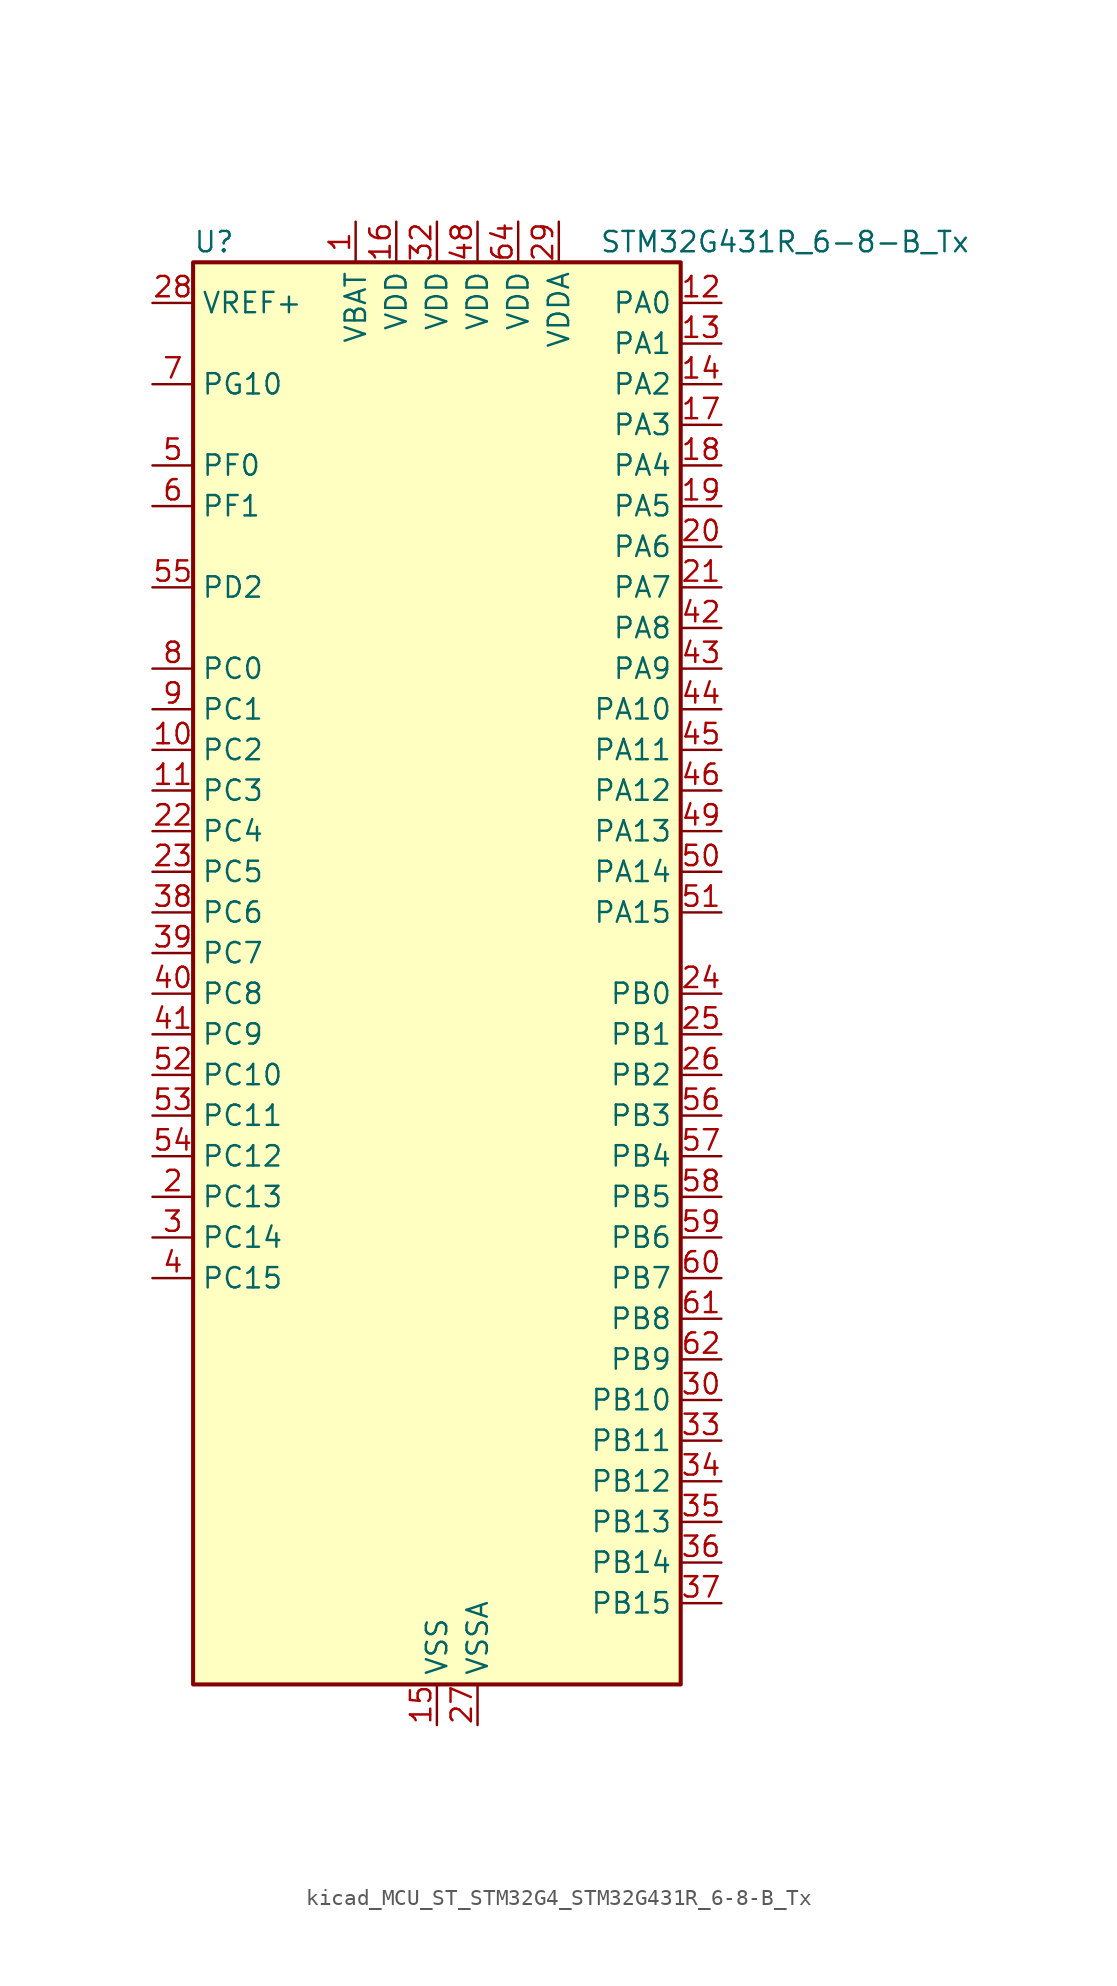
<source format=kicad_sym>
(kicad_symbol_lib
  (version 20220914)
  (generator kicad_symbol_editor)
  (symbol "kicad_MCU_ST_STM32G4_STM32G431R_6-8-B_Tx"
    (property "Reference" "U"
      (at -15.24 46.99 0)
      (effects (font (size 1.27 1.27)) (justify left)))
    (property "Value" "STM32G431R_6-8-B_Tx"
      (at 10.16 46.99 0)
      (effects (font (size 1.27 1.27)) (justify left)))
    (property "ki_locked" ""
      (at 0 0 0)
      (effects (font (size 1.27 1.27))))
    (symbol "kicad_MCU_ST_STM32G4_STM32G431R_6-8-B_Tx_0_1"
      (rectangle (start -15.24 -43.18) (end 15.24 45.72) (stroke (width 0.254) (type default)) (fill (type background))))
    (symbol "kicad_MCU_ST_STM32G4_STM32G431R_6-8-B_Tx_1_1"
      (pin power_in line (at -5.08 48.26 270) (length 2.54) (name "VBAT" (effects (font (size 1.27 1.27)))) (number "1" (effects (font (size 1.27 1.27)))))
      (pin bidirectional line (at -17.78 15.24 0) (length 2.54) (name "PC2" (effects (font (size 1.27 1.27)))) (number "10" (effects (font (size 1.27 1.27)))) (alternate "ADC1_IN8" bidirectional line) (alternate "ADC2_IN8" bidirectional line) (alternate "COMP3_OUT" bidirectional line) (alternate "LPTIM1_IN2" bidirectional line) (alternate "TIM1_CH3" bidirectional line))
      (pin bidirectional line (at -17.78 12.7 0) (length 2.54) (name "PC3" (effects (font (size 1.27 1.27)))) (number "11" (effects (font (size 1.27 1.27)))) (alternate "ADC1_IN9" bidirectional line) (alternate "ADC2_IN9" bidirectional line) (alternate "LPTIM1_ETR" bidirectional line) (alternate "SAI1_D1" bidirectional line) (alternate "SAI1_SD_A" bidirectional line) (alternate "TIM1_BKIN2" bidirectional line) (alternate "TIM1_CH4" bidirectional line))
      (pin bidirectional line (at 17.78 43.18 180) (length 2.54) (name "PA0" (effects (font (size 1.27 1.27)))) (number "12" (effects (font (size 1.27 1.27)))) (alternate "ADC1_IN1" bidirectional line) (alternate "ADC2_IN1" bidirectional line) (alternate "COMP1_INM" bidirectional line) (alternate "COMP1_OUT" bidirectional line) (alternate "COMP3_INP" bidirectional line) (alternate "RTC_TAMP2" bidirectional line) (alternate "SYS_WKUP1" bidirectional line) (alternate "TIM2_CH1" bidirectional line) (alternate "TIM2_ETR" bidirectional line) (alternate "TIM8_BKIN" bidirectional line) (alternate "TIM8_ETR" bidirectional line) (alternate "USART2_CTS" bidirectional line) (alternate "USART2_NSS" bidirectional line))
      (pin bidirectional line (at 17.78 40.64 180) (length 2.54) (name "PA1" (effects (font (size 1.27 1.27)))) (number "13" (effects (font (size 1.27 1.27)))) (alternate "ADC1_IN2" bidirectional line) (alternate "ADC2_IN2" bidirectional line) (alternate "COMP1_INP" bidirectional line) (alternate "OPAMP1_VINP" bidirectional line) (alternate "OPAMP1_VINP_SEC" bidirectional line) (alternate "OPAMP3_VINP" bidirectional line) (alternate "OPAMP3_VINP_SEC" bidirectional line) (alternate "RTC_REFIN" bidirectional line) (alternate "TIM15_CH1N" bidirectional line) (alternate "TIM2_CH2" bidirectional line) (alternate "USART2_DE" bidirectional line) (alternate "USART2_RTS" bidirectional line))
      (pin bidirectional line (at 17.78 38.1 180) (length 2.54) (name "PA2" (effects (font (size 1.27 1.27)))) (number "14" (effects (font (size 1.27 1.27)))) (alternate "ADC1_IN3" bidirectional line) (alternate "COMP2_INM" bidirectional line) (alternate "COMP2_OUT" bidirectional line) (alternate "LPUART1_TX" bidirectional line) (alternate "OPAMP1_VOUT" bidirectional line) (alternate "RCC_LSCO" bidirectional line) (alternate "SYS_WKUP4" bidirectional line) (alternate "TIM15_CH1" bidirectional line) (alternate "TIM2_CH3" bidirectional line) (alternate "UCPD1_FRSTX1" bidirectional line) (alternate "UCPD1_FRSTX2" bidirectional line) (alternate "USART2_TX" bidirectional line))
      (pin power_in line (at 0 -45.72 90) (length 2.54) (name "VSS" (effects (font (size 1.27 1.27)))) (number "15" (effects (font (size 1.27 1.27)))))
      (pin power_in line (at -2.54 48.26 270) (length 2.54) (name "VDD" (effects (font (size 1.27 1.27)))) (number "16" (effects (font (size 1.27 1.27)))))
      (pin bidirectional line (at 17.78 35.56 180) (length 2.54) (name "PA3" (effects (font (size 1.27 1.27)))) (number "17" (effects (font (size 1.27 1.27)))) (alternate "ADC1_IN4" bidirectional line) (alternate "COMP2_INP" bidirectional line) (alternate "LPUART1_RX" bidirectional line) (alternate "OPAMP1_VINM" bidirectional line) (alternate "OPAMP1_VINM0" bidirectional line) (alternate "OPAMP1_VINM_SEC" bidirectional line) (alternate "OPAMP1_VINP" bidirectional line) (alternate "OPAMP1_VINP_SEC" bidirectional line) (alternate "SAI1_CK1" bidirectional line) (alternate "SAI1_MCLK_A" bidirectional line) (alternate "TIM15_CH2" bidirectional line) (alternate "TIM2_CH4" bidirectional line) (alternate "USART2_RX" bidirectional line))
      (pin bidirectional line (at 17.78 33.02 180) (length 2.54) (name "PA4" (effects (font (size 1.27 1.27)))) (number "18" (effects (font (size 1.27 1.27)))) (alternate "ADC2_IN17" bidirectional line) (alternate "COMP1_INM" bidirectional line) (alternate "DAC1_OUT1" bidirectional line) (alternate "I2S3_WS" bidirectional line) (alternate "SAI1_FS_B" bidirectional line) (alternate "SPI1_NSS" bidirectional line) (alternate "SPI3_NSS" bidirectional line) (alternate "TIM3_CH2" bidirectional line) (alternate "USART2_CK" bidirectional line))
      (pin bidirectional line (at 17.78 30.48 180) (length 2.54) (name "PA5" (effects (font (size 1.27 1.27)))) (number "19" (effects (font (size 1.27 1.27)))) (alternate "ADC2_IN13" bidirectional line) (alternate "COMP2_INM" bidirectional line) (alternate "DAC1_OUT2" bidirectional line) (alternate "OPAMP2_VINM" bidirectional line) (alternate "OPAMP2_VINM0" bidirectional line) (alternate "OPAMP2_VINM_SEC" bidirectional line) (alternate "SPI1_SCK" bidirectional line) (alternate "TIM2_CH1" bidirectional line) (alternate "TIM2_ETR" bidirectional line) (alternate "UCPD1_FRSTX1" bidirectional line) (alternate "UCPD1_FRSTX2" bidirectional line))
      (pin bidirectional line (at -17.78 -12.7 0) (length 2.54) (name "PC13" (effects (font (size 1.27 1.27)))) (number "2" (effects (font (size 1.27 1.27)))) (alternate "RTC_OUT1" bidirectional line) (alternate "RTC_TAMP1" bidirectional line) (alternate "RTC_TS" bidirectional line) (alternate "SYS_WKUP2" bidirectional line) (alternate "TIM1_BKIN" bidirectional line) (alternate "TIM1_CH1N" bidirectional line) (alternate "TIM8_CH4N" bidirectional line))
      (pin bidirectional line (at 17.78 27.94 180) (length 2.54) (name "PA6" (effects (font (size 1.27 1.27)))) (number "20" (effects (font (size 1.27 1.27)))) (alternate "ADC2_IN3" bidirectional line) (alternate "COMP1_OUT" bidirectional line) (alternate "LPUART1_CTS" bidirectional line) (alternate "OPAMP2_VOUT" bidirectional line) (alternate "SPI1_MISO" bidirectional line) (alternate "TIM16_CH1" bidirectional line) (alternate "TIM1_BKIN" bidirectional line) (alternate "TIM3_CH1" bidirectional line) (alternate "TIM8_BKIN" bidirectional line))
      (pin bidirectional line (at 17.78 25.4 180) (length 2.54) (name "PA7" (effects (font (size 1.27 1.27)))) (number "21" (effects (font (size 1.27 1.27)))) (alternate "ADC2_IN4" bidirectional line) (alternate "COMP2_INP" bidirectional line) (alternate "COMP2_OUT" bidirectional line) (alternate "OPAMP1_VINP" bidirectional line) (alternate "OPAMP1_VINP_SEC" bidirectional line) (alternate "OPAMP2_VINP" bidirectional line) (alternate "OPAMP2_VINP_SEC" bidirectional line) (alternate "SPI1_MOSI" bidirectional line) (alternate "TIM17_CH1" bidirectional line) (alternate "TIM1_CH1N" bidirectional line) (alternate "TIM3_CH2" bidirectional line) (alternate "TIM8_CH1N" bidirectional line) (alternate "UCPD1_FRSTX1" bidirectional line) (alternate "UCPD1_FRSTX2" bidirectional line))
      (pin bidirectional line (at -17.78 10.16 0) (length 2.54) (name "PC4" (effects (font (size 1.27 1.27)))) (number "22" (effects (font (size 1.27 1.27)))) (alternate "ADC2_IN5" bidirectional line) (alternate "I2C2_SCL" bidirectional line) (alternate "TIM1_ETR" bidirectional line) (alternate "USART1_TX" bidirectional line))
      (pin bidirectional line (at -17.78 7.62 0) (length 2.54) (name "PC5" (effects (font (size 1.27 1.27)))) (number "23" (effects (font (size 1.27 1.27)))) (alternate "ADC2_IN11" bidirectional line) (alternate "OPAMP1_VINM" bidirectional line) (alternate "OPAMP1_VINM1" bidirectional line) (alternate "OPAMP1_VINM_SEC" bidirectional line) (alternate "OPAMP2_VINM" bidirectional line) (alternate "OPAMP2_VINM1" bidirectional line) (alternate "OPAMP2_VINM_SEC" bidirectional line) (alternate "SAI1_D3" bidirectional line) (alternate "SYS_WKUP5" bidirectional line) (alternate "TIM15_BKIN" bidirectional line) (alternate "TIM1_CH4N" bidirectional line) (alternate "USART1_RX" bidirectional line))
      (pin bidirectional line (at 17.78 0 180) (length 2.54) (name "PB0" (effects (font (size 1.27 1.27)))) (number "24" (effects (font (size 1.27 1.27)))) (alternate "ADC1_IN15" bidirectional line) (alternate "COMP4_INP" bidirectional line) (alternate "OPAMP2_VINP" bidirectional line) (alternate "OPAMP2_VINP_SEC" bidirectional line) (alternate "OPAMP3_VINP" bidirectional line) (alternate "OPAMP3_VINP_SEC" bidirectional line) (alternate "TIM1_CH2N" bidirectional line) (alternate "TIM3_CH3" bidirectional line) (alternate "TIM8_CH2N" bidirectional line) (alternate "UCPD1_FRSTX1" bidirectional line) (alternate "UCPD1_FRSTX2" bidirectional line))
      (pin bidirectional line (at 17.78 -2.54 180) (length 2.54) (name "PB1" (effects (font (size 1.27 1.27)))) (number "25" (effects (font (size 1.27 1.27)))) (alternate "ADC1_IN12" bidirectional line) (alternate "COMP1_INP" bidirectional line) (alternate "COMP4_OUT" bidirectional line) (alternate "LPUART1_DE" bidirectional line) (alternate "LPUART1_RTS" bidirectional line) (alternate "OPAMP3_VOUT" bidirectional line) (alternate "TIM1_CH3N" bidirectional line) (alternate "TIM3_CH4" bidirectional line) (alternate "TIM8_CH3N" bidirectional line))
      (pin bidirectional line (at 17.78 -5.08 180) (length 2.54) (name "PB2" (effects (font (size 1.27 1.27)))) (number "26" (effects (font (size 1.27 1.27)))) (alternate "ADC2_IN12" bidirectional line) (alternate "COMP4_INM" bidirectional line) (alternate "I2C3_SMBA" bidirectional line) (alternate "LPTIM1_OUT" bidirectional line) (alternate "OPAMP3_VINM" bidirectional line) (alternate "OPAMP3_VINM0" bidirectional line) (alternate "OPAMP3_VINM_SEC" bidirectional line) (alternate "RTC_OUT2" bidirectional line))
      (pin power_in line (at 2.54 -45.72 90) (length 2.54) (name "VSSA" (effects (font (size 1.27 1.27)))) (number "27" (effects (font (size 1.27 1.27)))))
      (pin input line (at -17.78 43.18 0) (length 2.54) (name "VREF+" (effects (font (size 1.27 1.27)))) (number "28" (effects (font (size 1.27 1.27)))) (alternate "VREFBUF_OUT" bidirectional line))
      (pin power_in line (at 7.62 48.26 270) (length 2.54) (name "VDDA" (effects (font (size 1.27 1.27)))) (number "29" (effects (font (size 1.27 1.27)))))
      (pin bidirectional line (at -17.78 -15.24 0) (length 2.54) (name "PC14" (effects (font (size 1.27 1.27)))) (number "3" (effects (font (size 1.27 1.27)))) (alternate "RCC_OSC32_IN" bidirectional line))
      (pin bidirectional line (at 17.78 -25.4 180) (length 2.54) (name "PB10" (effects (font (size 1.27 1.27)))) (number "30" (effects (font (size 1.27 1.27)))) (alternate "DAC1_EXTI10" bidirectional line) (alternate "DAC3_EXTI10" bidirectional line) (alternate "LPUART1_RX" bidirectional line) (alternate "OPAMP3_VINM" bidirectional line) (alternate "OPAMP3_VINM1" bidirectional line) (alternate "OPAMP3_VINM_SEC" bidirectional line) (alternate "SAI1_SCK_A" bidirectional line) (alternate "TIM1_BKIN" bidirectional line) (alternate "TIM2_CH3" bidirectional line) (alternate "USART3_TX" bidirectional line))
      (pin passive line (at 0 -45.72 90) (length 2.54) hide (name "VSS" (effects (font (size 1.27 1.27)))) (number "31" (effects (font (size 1.27 1.27)))))
      (pin power_in line (at 0 48.26 270) (length 2.54) (name "VDD" (effects (font (size 1.27 1.27)))) (number "32" (effects (font (size 1.27 1.27)))))
      (pin bidirectional line (at 17.78 -27.94 180) (length 2.54) (name "PB11" (effects (font (size 1.27 1.27)))) (number "33" (effects (font (size 1.27 1.27)))) (alternate "ADC1_EXTI11" bidirectional line) (alternate "ADC1_IN14" bidirectional line) (alternate "ADC2_EXTI11" bidirectional line) (alternate "ADC2_IN14" bidirectional line) (alternate "LPUART1_TX" bidirectional line) (alternate "TIM2_CH4" bidirectional line) (alternate "USART3_RX" bidirectional line))
      (pin bidirectional line (at 17.78 -30.48 180) (length 2.54) (name "PB12" (effects (font (size 1.27 1.27)))) (number "34" (effects (font (size 1.27 1.27)))) (alternate "ADC1_IN11" bidirectional line) (alternate "I2C2_SMBA" bidirectional line) (alternate "I2S2_WS" bidirectional line) (alternate "LPUART1_DE" bidirectional line) (alternate "LPUART1_RTS" bidirectional line) (alternate "SPI2_NSS" bidirectional line) (alternate "TIM1_BKIN" bidirectional line) (alternate "USART3_CK" bidirectional line))
      (pin bidirectional line (at 17.78 -33.02 180) (length 2.54) (name "PB13" (effects (font (size 1.27 1.27)))) (number "35" (effects (font (size 1.27 1.27)))) (alternate "I2S2_CK" bidirectional line) (alternate "LPUART1_CTS" bidirectional line) (alternate "OPAMP3_VINP" bidirectional line) (alternate "OPAMP3_VINP_SEC" bidirectional line) (alternate "SPI2_SCK" bidirectional line) (alternate "TIM1_CH1N" bidirectional line) (alternate "USART3_CTS" bidirectional line) (alternate "USART3_NSS" bidirectional line))
      (pin bidirectional line (at 17.78 -35.56 180) (length 2.54) (name "PB14" (effects (font (size 1.27 1.27)))) (number "36" (effects (font (size 1.27 1.27)))) (alternate "ADC1_IN5" bidirectional line) (alternate "COMP4_OUT" bidirectional line) (alternate "OPAMP2_VINP" bidirectional line) (alternate "OPAMP2_VINP_SEC" bidirectional line) (alternate "SPI2_MISO" bidirectional line) (alternate "TIM15_CH1" bidirectional line) (alternate "TIM1_CH2N" bidirectional line) (alternate "USART3_DE" bidirectional line) (alternate "USART3_RTS" bidirectional line))
      (pin bidirectional line (at 17.78 -38.1 180) (length 2.54) (name "PB15" (effects (font (size 1.27 1.27)))) (number "37" (effects (font (size 1.27 1.27)))) (alternate "ADC1_EXTI15" bidirectional line) (alternate "ADC2_EXTI15" bidirectional line) (alternate "ADC2_IN15" bidirectional line) (alternate "COMP3_OUT" bidirectional line) (alternate "I2S2_SD" bidirectional line) (alternate "RTC_REFIN" bidirectional line) (alternate "SPI2_MOSI" bidirectional line) (alternate "TIM15_CH1N" bidirectional line) (alternate "TIM15_CH2" bidirectional line) (alternate "TIM1_CH3N" bidirectional line))
      (pin bidirectional line (at -17.78 5.08 0) (length 2.54) (name "PC6" (effects (font (size 1.27 1.27)))) (number "38" (effects (font (size 1.27 1.27)))) (alternate "I2S2_MCK" bidirectional line) (alternate "TIM3_CH1" bidirectional line) (alternate "TIM8_CH1" bidirectional line))
      (pin bidirectional line (at -17.78 2.54 0) (length 2.54) (name "PC7" (effects (font (size 1.27 1.27)))) (number "39" (effects (font (size 1.27 1.27)))) (alternate "I2S3_MCK" bidirectional line) (alternate "TIM3_CH2" bidirectional line) (alternate "TIM8_CH2" bidirectional line))
      (pin bidirectional line (at -17.78 -17.78 0) (length 2.54) (name "PC15" (effects (font (size 1.27 1.27)))) (number "4" (effects (font (size 1.27 1.27)))) (alternate "ADC1_EXTI15" bidirectional line) (alternate "ADC2_EXTI15" bidirectional line) (alternate "RCC_OSC32_OUT" bidirectional line))
      (pin bidirectional line (at -17.78 0 0) (length 2.54) (name "PC8" (effects (font (size 1.27 1.27)))) (number "40" (effects (font (size 1.27 1.27)))) (alternate "I2C3_SCL" bidirectional line) (alternate "TIM3_CH3" bidirectional line) (alternate "TIM8_CH3" bidirectional line))
      (pin bidirectional line (at -17.78 -2.54 0) (length 2.54) (name "PC9" (effects (font (size 1.27 1.27)))) (number "41" (effects (font (size 1.27 1.27)))) (alternate "DAC1_EXTI9" bidirectional line) (alternate "DAC3_EXTI9" bidirectional line) (alternate "I2C3_SDA" bidirectional line) (alternate "I2S_CKIN" bidirectional line) (alternate "TIM3_CH4" bidirectional line) (alternate "TIM8_BKIN2" bidirectional line) (alternate "TIM8_CH4" bidirectional line))
      (pin bidirectional line (at 17.78 22.86 180) (length 2.54) (name "PA8" (effects (font (size 1.27 1.27)))) (number "42" (effects (font (size 1.27 1.27)))) (alternate "I2C2_SDA" bidirectional line) (alternate "I2C3_SCL" bidirectional line) (alternate "I2S2_MCK" bidirectional line) (alternate "RCC_MCO" bidirectional line) (alternate "SAI1_CK2" bidirectional line) (alternate "SAI1_SCK_A" bidirectional line) (alternate "TIM1_CH1" bidirectional line) (alternate "TIM4_ETR" bidirectional line) (alternate "USART1_CK" bidirectional line))
      (pin bidirectional line (at 17.78 20.32 180) (length 2.54) (name "PA9" (effects (font (size 1.27 1.27)))) (number "43" (effects (font (size 1.27 1.27)))) (alternate "DAC1_EXTI9" bidirectional line) (alternate "DAC3_EXTI9" bidirectional line) (alternate "I2C2_SCL" bidirectional line) (alternate "I2C3_SMBA" bidirectional line) (alternate "I2S3_MCK" bidirectional line) (alternate "SAI1_FS_A" bidirectional line) (alternate "TIM15_BKIN" bidirectional line) (alternate "TIM1_CH2" bidirectional line) (alternate "TIM2_CH3" bidirectional line) (alternate "UCPD1_DBCC1" bidirectional line) (alternate "USART1_TX" bidirectional line))
      (pin bidirectional line (at 17.78 17.78 180) (length 2.54) (name "PA10" (effects (font (size 1.27 1.27)))) (number "44" (effects (font (size 1.27 1.27)))) (alternate "CRS_SYNC" bidirectional line) (alternate "DAC1_EXTI10" bidirectional line) (alternate "DAC3_EXTI10" bidirectional line) (alternate "I2C2_SMBA" bidirectional line) (alternate "SAI1_D1" bidirectional line) (alternate "SAI1_SD_A" bidirectional line) (alternate "SPI2_MISO" bidirectional line) (alternate "TIM17_BKIN" bidirectional line) (alternate "TIM1_CH3" bidirectional line) (alternate "TIM2_CH4" bidirectional line) (alternate "TIM8_BKIN" bidirectional line) (alternate "UCPD1_DBCC2" bidirectional line) (alternate "USART1_RX" bidirectional line))
      (pin bidirectional line (at 17.78 15.24 180) (length 2.54) (name "PA11" (effects (font (size 1.27 1.27)))) (number "45" (effects (font (size 1.27 1.27)))) (alternate "ADC1_EXTI11" bidirectional line) (alternate "ADC2_EXTI11" bidirectional line) (alternate "COMP1_OUT" bidirectional line) (alternate "FDCAN1_RX" bidirectional line) (alternate "I2S2_SD" bidirectional line) (alternate "SPI2_MOSI" bidirectional line) (alternate "TIM1_BKIN2" bidirectional line) (alternate "TIM1_CH1N" bidirectional line) (alternate "TIM1_CH4" bidirectional line) (alternate "TIM4_CH1" bidirectional line) (alternate "USART1_CTS" bidirectional line) (alternate "USART1_NSS" bidirectional line) (alternate "USB_DM" bidirectional line))
      (pin bidirectional line (at 17.78 12.7 180) (length 2.54) (name "PA12" (effects (font (size 1.27 1.27)))) (number "46" (effects (font (size 1.27 1.27)))) (alternate "COMP2_OUT" bidirectional line) (alternate "FDCAN1_TX" bidirectional line) (alternate "I2S_CKIN" bidirectional line) (alternate "TIM16_CH1" bidirectional line) (alternate "TIM1_CH2N" bidirectional line) (alternate "TIM1_ETR" bidirectional line) (alternate "TIM4_CH2" bidirectional line) (alternate "USART1_DE" bidirectional line) (alternate "USART1_RTS" bidirectional line) (alternate "USB_DP" bidirectional line))
      (pin passive line (at 0 -45.72 90) (length 2.54) hide (name "VSS" (effects (font (size 1.27 1.27)))) (number "47" (effects (font (size 1.27 1.27)))))
      (pin power_in line (at 2.54 48.26 270) (length 2.54) (name "VDD" (effects (font (size 1.27 1.27)))) (number "48" (effects (font (size 1.27 1.27)))))
      (pin bidirectional line (at 17.78 10.16 180) (length 2.54) (name "PA13" (effects (font (size 1.27 1.27)))) (number "49" (effects (font (size 1.27 1.27)))) (alternate "I2C1_SCL" bidirectional line) (alternate "IR_OUT" bidirectional line) (alternate "SAI1_SD_B" bidirectional line) (alternate "SYS_JTMS-SWDIO" bidirectional line) (alternate "TIM16_CH1N" bidirectional line) (alternate "TIM4_CH3" bidirectional line) (alternate "USART3_CTS" bidirectional line) (alternate "USART3_NSS" bidirectional line))
      (pin bidirectional line (at -17.78 33.02 0) (length 2.54) (name "PF0" (effects (font (size 1.27 1.27)))) (number "5" (effects (font (size 1.27 1.27)))) (alternate "ADC1_IN10" bidirectional line) (alternate "I2C2_SDA" bidirectional line) (alternate "I2S2_WS" bidirectional line) (alternate "RCC_OSC_IN" bidirectional line) (alternate "SPI2_NSS" bidirectional line) (alternate "TIM1_CH3N" bidirectional line))
      (pin bidirectional line (at 17.78 7.62 180) (length 2.54) (name "PA14" (effects (font (size 1.27 1.27)))) (number "50" (effects (font (size 1.27 1.27)))) (alternate "I2C1_SDA" bidirectional line) (alternate "LPTIM1_OUT" bidirectional line) (alternate "SAI1_FS_B" bidirectional line) (alternate "SYS_JTCK-SWCLK" bidirectional line) (alternate "TIM1_BKIN" bidirectional line) (alternate "TIM8_CH2" bidirectional line) (alternate "USART2_TX" bidirectional line))
      (pin bidirectional line (at 17.78 5.08 180) (length 2.54) (name "PA15" (effects (font (size 1.27 1.27)))) (number "51" (effects (font (size 1.27 1.27)))) (alternate "ADC1_EXTI15" bidirectional line) (alternate "ADC2_EXTI15" bidirectional line) (alternate "I2C1_SCL" bidirectional line) (alternate "I2S3_WS" bidirectional line) (alternate "SPI1_NSS" bidirectional line) (alternate "SPI3_NSS" bidirectional line) (alternate "SYS_JTDI" bidirectional line) (alternate "TIM1_BKIN" bidirectional line) (alternate "TIM2_CH1" bidirectional line) (alternate "TIM2_ETR" bidirectional line) (alternate "TIM8_CH1" bidirectional line) (alternate "UART4_DE" bidirectional line) (alternate "UART4_RTS" bidirectional line) (alternate "USART2_RX" bidirectional line))
      (pin bidirectional line (at -17.78 -5.08 0) (length 2.54) (name "PC10" (effects (font (size 1.27 1.27)))) (number "52" (effects (font (size 1.27 1.27)))) (alternate "DAC1_EXTI10" bidirectional line) (alternate "DAC3_EXTI10" bidirectional line) (alternate "I2S3_CK" bidirectional line) (alternate "SPI3_SCK" bidirectional line) (alternate "TIM8_CH1N" bidirectional line) (alternate "UART4_TX" bidirectional line) (alternate "USART3_TX" bidirectional line))
      (pin bidirectional line (at -17.78 -7.62 0) (length 2.54) (name "PC11" (effects (font (size 1.27 1.27)))) (number "53" (effects (font (size 1.27 1.27)))) (alternate "ADC1_EXTI11" bidirectional line) (alternate "ADC2_EXTI11" bidirectional line) (alternate "I2C3_SDA" bidirectional line) (alternate "SPI3_MISO" bidirectional line) (alternate "TIM8_CH2N" bidirectional line) (alternate "UART4_RX" bidirectional line) (alternate "USART3_RX" bidirectional line))
      (pin bidirectional line (at -17.78 -10.16 0) (length 2.54) (name "PC12" (effects (font (size 1.27 1.27)))) (number "54" (effects (font (size 1.27 1.27)))) (alternate "I2S3_SD" bidirectional line) (alternate "SPI3_MOSI" bidirectional line) (alternate "TIM8_CH3N" bidirectional line) (alternate "UCPD1_FRSTX1" bidirectional line) (alternate "UCPD1_FRSTX2" bidirectional line) (alternate "USART3_CK" bidirectional line))
      (pin bidirectional line (at -17.78 25.4 0) (length 2.54) (name "PD2" (effects (font (size 1.27 1.27)))) (number "55" (effects (font (size 1.27 1.27)))) (alternate "TIM3_ETR" bidirectional line) (alternate "TIM8_BKIN" bidirectional line))
      (pin bidirectional line (at 17.78 -7.62 180) (length 2.54) (name "PB3" (effects (font (size 1.27 1.27)))) (number "56" (effects (font (size 1.27 1.27)))) (alternate "CRS_SYNC" bidirectional line) (alternate "I2S3_CK" bidirectional line) (alternate "SAI1_SCK_B" bidirectional line) (alternate "SPI1_SCK" bidirectional line) (alternate "SPI3_SCK" bidirectional line) (alternate "SYS_JTDO-SWO" bidirectional line) (alternate "TIM2_CH2" bidirectional line) (alternate "TIM3_ETR" bidirectional line) (alternate "TIM4_ETR" bidirectional line) (alternate "TIM8_CH1N" bidirectional line) (alternate "USART2_TX" bidirectional line))
      (pin bidirectional line (at 17.78 -10.16 180) (length 2.54) (name "PB4" (effects (font (size 1.27 1.27)))) (number "57" (effects (font (size 1.27 1.27)))) (alternate "SAI1_MCLK_B" bidirectional line) (alternate "SPI1_MISO" bidirectional line) (alternate "SPI3_MISO" bidirectional line) (alternate "SYS_JTRST" bidirectional line) (alternate "TIM16_CH1" bidirectional line) (alternate "TIM17_BKIN" bidirectional line) (alternate "TIM3_CH1" bidirectional line) (alternate "TIM8_CH2N" bidirectional line) (alternate "UCPD1_CC2" bidirectional line) (alternate "USART2_RX" bidirectional line))
      (pin bidirectional line (at 17.78 -12.7 180) (length 2.54) (name "PB5" (effects (font (size 1.27 1.27)))) (number "58" (effects (font (size 1.27 1.27)))) (alternate "I2C1_SMBA" bidirectional line) (alternate "I2C3_SDA" bidirectional line) (alternate "I2S3_SD" bidirectional line) (alternate "LPTIM1_IN1" bidirectional line) (alternate "SAI1_SD_B" bidirectional line) (alternate "SPI1_MOSI" bidirectional line) (alternate "SPI3_MOSI" bidirectional line) (alternate "TIM16_BKIN" bidirectional line) (alternate "TIM17_CH1" bidirectional line) (alternate "TIM3_CH2" bidirectional line) (alternate "TIM8_CH3N" bidirectional line) (alternate "USART2_CK" bidirectional line))
      (pin bidirectional line (at 17.78 -15.24 180) (length 2.54) (name "PB6" (effects (font (size 1.27 1.27)))) (number "59" (effects (font (size 1.27 1.27)))) (alternate "COMP4_OUT" bidirectional line) (alternate "LPTIM1_ETR" bidirectional line) (alternate "SAI1_FS_B" bidirectional line) (alternate "TIM16_CH1N" bidirectional line) (alternate "TIM4_CH1" bidirectional line) (alternate "TIM8_BKIN2" bidirectional line) (alternate "TIM8_CH1" bidirectional line) (alternate "TIM8_ETR" bidirectional line) (alternate "UCPD1_CC1" bidirectional line) (alternate "USART1_TX" bidirectional line))
      (pin bidirectional line (at -17.78 30.48 0) (length 2.54) (name "PF1" (effects (font (size 1.27 1.27)))) (number "6" (effects (font (size 1.27 1.27)))) (alternate "ADC2_IN10" bidirectional line) (alternate "COMP3_INM" bidirectional line) (alternate "I2S2_CK" bidirectional line) (alternate "RCC_OSC_OUT" bidirectional line) (alternate "SPI2_SCK" bidirectional line))
      (pin bidirectional line (at 17.78 -17.78 180) (length 2.54) (name "PB7" (effects (font (size 1.27 1.27)))) (number "60" (effects (font (size 1.27 1.27)))) (alternate "COMP3_OUT" bidirectional line) (alternate "I2C1_SDA" bidirectional line) (alternate "LPTIM1_IN2" bidirectional line) (alternate "SYS_PVD_IN" bidirectional line) (alternate "TIM17_CH1N" bidirectional line) (alternate "TIM3_CH4" bidirectional line) (alternate "TIM4_CH2" bidirectional line) (alternate "TIM8_BKIN" bidirectional line) (alternate "UART4_CTS" bidirectional line) (alternate "USART1_RX" bidirectional line))
      (pin bidirectional line (at 17.78 -20.32 180) (length 2.54) (name "PB8" (effects (font (size 1.27 1.27)))) (number "61" (effects (font (size 1.27 1.27)))) (alternate "COMP1_OUT" bidirectional line) (alternate "FDCAN1_RX" bidirectional line) (alternate "I2C1_SCL" bidirectional line) (alternate "SAI1_CK1" bidirectional line) (alternate "SAI1_MCLK_A" bidirectional line) (alternate "TIM16_CH1" bidirectional line) (alternate "TIM1_BKIN" bidirectional line) (alternate "TIM4_CH3" bidirectional line) (alternate "TIM8_CH2" bidirectional line) (alternate "USART3_RX" bidirectional line))
      (pin bidirectional line (at 17.78 -22.86 180) (length 2.54) (name "PB9" (effects (font (size 1.27 1.27)))) (number "62" (effects (font (size 1.27 1.27)))) (alternate "COMP2_OUT" bidirectional line) (alternate "DAC1_EXTI9" bidirectional line) (alternate "DAC3_EXTI9" bidirectional line) (alternate "FDCAN1_TX" bidirectional line) (alternate "I2C1_SDA" bidirectional line) (alternate "IR_OUT" bidirectional line) (alternate "SAI1_D2" bidirectional line) (alternate "SAI1_FS_A" bidirectional line) (alternate "TIM17_CH1" bidirectional line) (alternate "TIM1_CH3N" bidirectional line) (alternate "TIM4_CH4" bidirectional line) (alternate "TIM8_CH3" bidirectional line) (alternate "USART3_TX" bidirectional line))
      (pin passive line (at 0 -45.72 90) (length 2.54) hide (name "VSS" (effects (font (size 1.27 1.27)))) (number "63" (effects (font (size 1.27 1.27)))))
      (pin power_in line (at 5.08 48.26 270) (length 2.54) (name "VDD" (effects (font (size 1.27 1.27)))) (number "64" (effects (font (size 1.27 1.27)))))
      (pin bidirectional line (at -17.78 38.1 0) (length 2.54) (name "PG10" (effects (font (size 1.27 1.27)))) (number "7" (effects (font (size 1.27 1.27)))) (alternate "DAC1_EXTI10" bidirectional line) (alternate "DAC3_EXTI10" bidirectional line) (alternate "RCC_MCO" bidirectional line))
      (pin bidirectional line (at -17.78 20.32 0) (length 2.54) (name "PC0" (effects (font (size 1.27 1.27)))) (number "8" (effects (font (size 1.27 1.27)))) (alternate "ADC1_IN6" bidirectional line) (alternate "ADC2_IN6" bidirectional line) (alternate "COMP3_INM" bidirectional line) (alternate "LPTIM1_IN1" bidirectional line) (alternate "LPUART1_RX" bidirectional line) (alternate "TIM1_CH1" bidirectional line))
      (pin bidirectional line (at -17.78 17.78 0) (length 2.54) (name "PC1" (effects (font (size 1.27 1.27)))) (number "9" (effects (font (size 1.27 1.27)))) (alternate "ADC1_IN7" bidirectional line) (alternate "ADC2_IN7" bidirectional line) (alternate "COMP3_INP" bidirectional line) (alternate "LPTIM1_OUT" bidirectional line) (alternate "LPUART1_TX" bidirectional line) (alternate "SAI1_SD_A" bidirectional line) (alternate "TIM1_CH2" bidirectional line)))))
</source>
